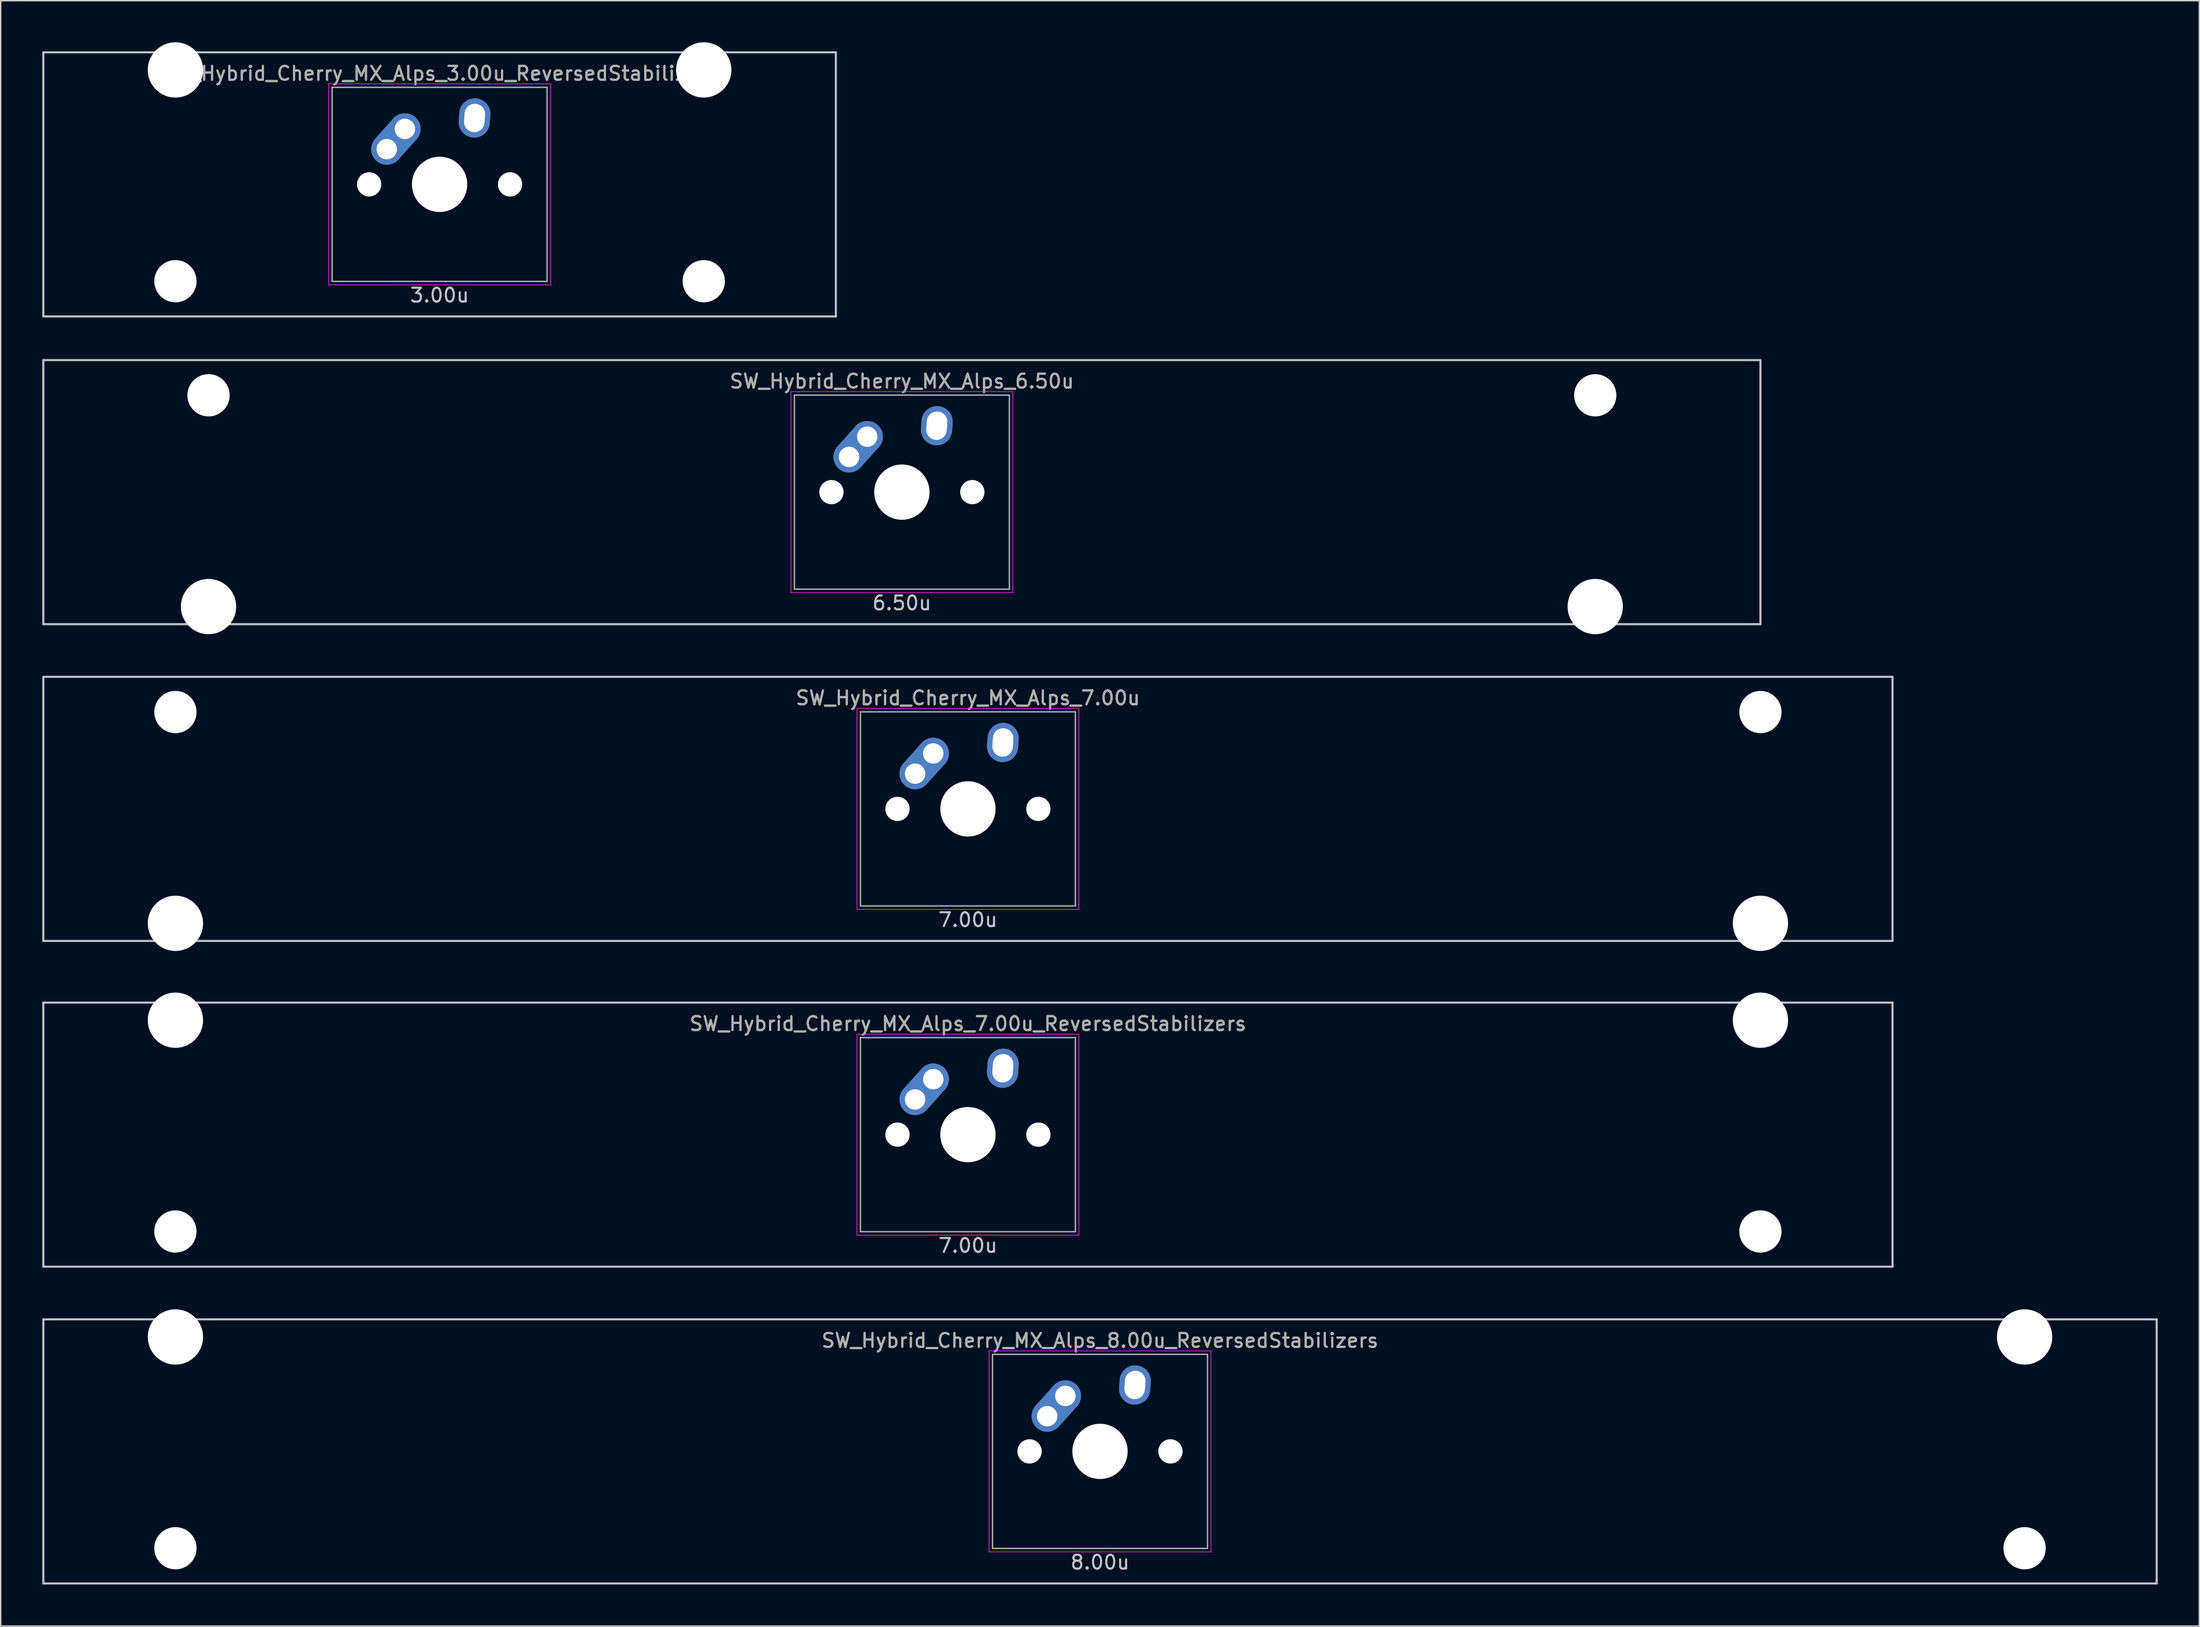
<source format=kicad_pcb>
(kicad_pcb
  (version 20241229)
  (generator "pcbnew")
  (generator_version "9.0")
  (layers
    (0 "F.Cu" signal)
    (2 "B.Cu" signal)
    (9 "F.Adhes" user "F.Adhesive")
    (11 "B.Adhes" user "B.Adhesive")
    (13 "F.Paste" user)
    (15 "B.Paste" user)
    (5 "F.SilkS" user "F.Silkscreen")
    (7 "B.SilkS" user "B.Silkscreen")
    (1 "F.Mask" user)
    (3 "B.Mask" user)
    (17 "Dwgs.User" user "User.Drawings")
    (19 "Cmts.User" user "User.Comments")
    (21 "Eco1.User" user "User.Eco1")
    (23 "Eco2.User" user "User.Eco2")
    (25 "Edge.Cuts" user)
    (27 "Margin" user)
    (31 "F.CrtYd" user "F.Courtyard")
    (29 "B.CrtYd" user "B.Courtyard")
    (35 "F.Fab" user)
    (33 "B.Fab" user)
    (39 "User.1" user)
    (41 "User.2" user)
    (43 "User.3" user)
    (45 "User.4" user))
  (footprint "SW_Hybrid_Cherry_MX_Alps_3.00u_ReversedStabilizers"
    (layer "F.Cu")
    (at 28.65 10.249)
    (property "Reference" "SW_Hybrid_Cherry_MX_Alps_3.00u_ReversedStabilizers" (at 0 -8 0) (layer "F.SilkS") (effects (font (size 1 1) (thickness 0.15))))
    (attr through_hole)
    (fp_line (start -28.575 -9.525) (end 28.575 -9.525) (stroke (width 0.15) (type solid)) (layer "Dwgs.User"))
    (fp_line (start -28.575 9.525) (end -28.575 -9.525) (stroke (width 0.15) (type solid)) (layer "Dwgs.User"))
    (fp_line (start -28.575 9.525) (end 28.575 9.525) (stroke (width 0.15) (type solid)) (layer "Dwgs.User"))
    (fp_line (start 28.575 -9.525) (end 28.575 9.525) (stroke (width 0.15) (type solid)) (layer "Dwgs.User"))
    (fp_line (start -8 -7.25) (end 8 -7.25) (stroke (width 0.05) (type solid)) (layer "F.CrtYd"))
    (fp_line (start -8 7.25) (end -8 -7.25) (stroke (width 0.05) (type solid)) (layer "F.CrtYd"))
    (fp_line (start 8 -7.25) (end 8 7.25) (stroke (width 0.05) (type solid)) (layer "F.CrtYd"))
    (fp_line (start 8 7.25) (end -8 7.25) (stroke (width 0.05) (type solid)) (layer "F.CrtYd"))
    (fp_line (start -7.75 -7) (end 7.75 -7) (stroke (width 0.1) (type solid)) (layer "F.Fab"))
    (fp_line (start -7.75 7) (end -7.75 -7) (stroke (width 0.1) (type solid)) (layer "F.Fab"))
    (fp_line (start 7.75 -7) (end 7.75 7) (stroke (width 0.1) (type solid)) (layer "F.Fab"))
    (fp_line (start 7.75 7) (end -7.75 7) (stroke (width 0.1) (type solid)) (layer "F.Fab"))
    (fp_text user "3.00u" (at 0 8 0) (layer "Dwgs.User") (effects (font (size 1 1) (thickness 0.15))))
    (fp_text user "${REFERENCE}" (at 0 -8 0) (layer "F.Fab") (effects (font (size 1 1) (thickness 0.15))))
    (pad "" np_thru_hole circle (at -19.05 -8.255) (size 3.988 3.988) (drill 3.988) (layers "*.Cu" "*.Mask"))
    (pad "" np_thru_hole circle (at -19.05 6.985) (size 3.048 3.048) (drill 3.048) (layers "*.Cu" "*.Mask"))
    (pad "" np_thru_hole circle (at -5.08 0 48.1) (size 1.75 1.75) (drill 1.75) (layers "*.Cu" "*.Mask"))
    (pad "" np_thru_hole circle (at 0 0) (size 3.988 3.988) (drill 3.988) (layers "*.Cu" "*.Mask"))
    (pad "" np_thru_hole circle (at 5.08 0 48.1) (size 1.75 1.75) (drill 1.75) (layers "*.Cu" "*.Mask"))
    (pad "" np_thru_hole circle (at 19.05 -8.255) (size 3.988 3.988) (drill 3.988) (layers "*.Cu" "*.Mask"))
    (pad "" np_thru_hole circle (at 19.05 6.985) (size 3.048 3.048) (drill 3.048) (layers "*.Cu" "*.Mask"))
    (pad "1" thru_hole oval (at -3.81 -2.54 48.1) (size 4.212 2.25) (drill 1.47 (offset 0.981 0)) (layers "*.Cu" "B.Mask"))
    (pad "1" thru_hole circle (at -2.5 -4) (size 2.25 2.25) (drill 1.47) (layers "*.Cu" "B.Mask"))
    (pad "2" thru_hole oval (at 2.52 -4.79 86) (size 2.831 2.25) (drill oval 2.051 1.48) (layers "*.Cu" "B.Mask")))
  (footprint "SW_Hybrid_Cherry_MX_Alps_7.00u_ReversedStabilizers"
    (layer "F.Cu")
    (at 66.75 78.796)
    (property "Reference" "SW_Hybrid_Cherry_MX_Alps_7.00u_ReversedStabilizers" (at 0 -8 0) (layer "F.SilkS") (effects (font (size 1 1) (thickness 0.15))))
    (attr through_hole)
    (fp_line (start -66.675 -9.525) (end 66.675 -9.525) (stroke (width 0.15) (type solid)) (layer "Dwgs.User"))
    (fp_line (start -66.675 9.525) (end -66.675 -9.525) (stroke (width 0.15) (type solid)) (layer "Dwgs.User"))
    (fp_line (start -66.675 9.525) (end 66.675 9.525) (stroke (width 0.15) (type solid)) (layer "Dwgs.User"))
    (fp_line (start 66.675 -9.525) (end 66.675 9.525) (stroke (width 0.15) (type solid)) (layer "Dwgs.User"))
    (fp_line (start -8 -7.25) (end 8 -7.25) (stroke (width 0.05) (type solid)) (layer "F.CrtYd"))
    (fp_line (start -8 7.25) (end -8 -7.25) (stroke (width 0.05) (type solid)) (layer "F.CrtYd"))
    (fp_line (start 8 -7.25) (end 8 7.25) (stroke (width 0.05) (type solid)) (layer "F.CrtYd"))
    (fp_line (start 8 7.25) (end -8 7.25) (stroke (width 0.05) (type solid)) (layer "F.CrtYd"))
    (fp_line (start -7.75 -7) (end 7.75 -7) (stroke (width 0.1) (type solid)) (layer "F.Fab"))
    (fp_line (start -7.75 7) (end -7.75 -7) (stroke (width 0.1) (type solid)) (layer "F.Fab"))
    (fp_line (start 7.75 -7) (end 7.75 7) (stroke (width 0.1) (type solid)) (layer "F.Fab"))
    (fp_line (start 7.75 7) (end -7.75 7) (stroke (width 0.1) (type solid)) (layer "F.Fab"))
    (fp_text user "7.00u" (at 0 8 0) (layer "Dwgs.User") (effects (font (size 1 1) (thickness 0.15))))
    (fp_text user "${REFERENCE}" (at 0 -8 0) (layer "F.Fab") (effects (font (size 1 1) (thickness 0.15))))
    (pad "" np_thru_hole circle (at -57.15 -8.255) (size 3.988 3.988) (drill 3.988) (layers "*.Cu" "*.Mask"))
    (pad "" np_thru_hole circle (at -57.15 6.985) (size 3.048 3.048) (drill 3.048) (layers "*.Cu" "*.Mask"))
    (pad "" np_thru_hole circle (at -5.08 0 48.1) (size 1.75 1.75) (drill 1.75) (layers "*.Cu" "*.Mask"))
    (pad "" np_thru_hole circle (at 0 0) (size 3.988 3.988) (drill 3.988) (layers "*.Cu" "*.Mask"))
    (pad "" np_thru_hole circle (at 5.08 0 48.1) (size 1.75 1.75) (drill 1.75) (layers "*.Cu" "*.Mask"))
    (pad "" np_thru_hole circle (at 57.15 -8.255) (size 3.988 3.988) (drill 3.988) (layers "*.Cu" "*.Mask"))
    (pad "" np_thru_hole circle (at 57.15 6.985) (size 3.048 3.048) (drill 3.048) (layers "*.Cu" "*.Mask"))
    (pad "1" thru_hole oval (at -3.81 -2.54 48.1) (size 4.212 2.25) (drill 1.47 (offset 0.981 0)) (layers "*.Cu" "B.Mask"))
    (pad "1" thru_hole circle (at -2.5 -4) (size 2.25 2.25) (drill 1.47) (layers "*.Cu" "B.Mask"))
    (pad "2" thru_hole oval (at 2.52 -4.79 86) (size 2.831 2.25) (drill oval 2.051 1.48) (layers "*.Cu" "B.Mask")))
  (footprint "SW_Hybrid_Cherry_MX_Alps_8.00u_ReversedStabilizers"
    (layer "F.Cu")
    (at 76.275 101.644)
    (property "Reference" "SW_Hybrid_Cherry_MX_Alps_8.00u_ReversedStabilizers" (at 0 -8 0) (layer "F.SilkS") (effects (font (size 1 1) (thickness 0.15))))
    (attr through_hole)
    (fp_line (start -76.2 -9.525) (end 76.2 -9.525) (stroke (width 0.15) (type solid)) (layer "Dwgs.User"))
    (fp_line (start -76.2 9.525) (end -76.2 -9.525) (stroke (width 0.15) (type solid)) (layer "Dwgs.User"))
    (fp_line (start -76.2 9.525) (end 76.2 9.525) (stroke (width 0.15) (type solid)) (layer "Dwgs.User"))
    (fp_line (start 76.2 -9.525) (end 76.2 9.525) (stroke (width 0.15) (type solid)) (layer "Dwgs.User"))
    (fp_line (start -8 -7.25) (end 8 -7.25) (stroke (width 0.05) (type solid)) (layer "F.CrtYd"))
    (fp_line (start -8 7.25) (end -8 -7.25) (stroke (width 0.05) (type solid)) (layer "F.CrtYd"))
    (fp_line (start 8 -7.25) (end 8 7.25) (stroke (width 0.05) (type solid)) (layer "F.CrtYd"))
    (fp_line (start 8 7.25) (end -8 7.25) (stroke (width 0.05) (type solid)) (layer "F.CrtYd"))
    (fp_line (start -7.75 -7) (end 7.75 -7) (stroke (width 0.1) (type solid)) (layer "F.Fab"))
    (fp_line (start -7.75 7) (end -7.75 -7) (stroke (width 0.1) (type solid)) (layer "F.Fab"))
    (fp_line (start 7.75 -7) (end 7.75 7) (stroke (width 0.1) (type solid)) (layer "F.Fab"))
    (fp_line (start 7.75 7) (end -7.75 7) (stroke (width 0.1) (type solid)) (layer "F.Fab"))
    (fp_text user "8.00u" (at 0 8 0) (layer "Dwgs.User") (effects (font (size 1 1) (thickness 0.15))))
    (fp_text user "${REFERENCE}" (at 0 -8 0) (layer "F.Fab") (effects (font (size 1 1) (thickness 0.15))))
    (pad "" np_thru_hole circle (at -66.675 -8.255) (size 3.988 3.988) (drill 3.988) (layers "*.Cu" "*.Mask"))
    (pad "" np_thru_hole circle (at -66.675 6.985) (size 3.048 3.048) (drill 3.048) (layers "*.Cu" "*.Mask"))
    (pad "" np_thru_hole circle (at -5.08 0 48.1) (size 1.75 1.75) (drill 1.75) (layers "*.Cu" "*.Mask"))
    (pad "" np_thru_hole circle (at 0 0) (size 3.988 3.988) (drill 3.988) (layers "*.Cu" "*.Mask"))
    (pad "" np_thru_hole circle (at 5.08 0 48.1) (size 1.75 1.75) (drill 1.75) (layers "*.Cu" "*.Mask"))
    (pad "" np_thru_hole circle (at 66.675 -8.255) (size 3.988 3.988) (drill 3.988) (layers "*.Cu" "*.Mask"))
    (pad "" np_thru_hole circle (at 66.675 6.985) (size 3.048 3.048) (drill 3.048) (layers "*.Cu" "*.Mask"))
    (pad "1" thru_hole oval (at -3.81 -2.54 48.1) (size 4.212 2.25) (drill 1.47 (offset 0.981 0)) (layers "*.Cu" "B.Mask"))
    (pad "1" thru_hole circle (at -2.5 -4) (size 2.25 2.25) (drill 1.47) (layers "*.Cu" "B.Mask"))
    (pad "2" thru_hole oval (at 2.52 -4.79 86) (size 2.831 2.25) (drill oval 2.051 1.48) (layers "*.Cu" "B.Mask")))
  (footprint "SW_Hybrid_Cherry_MX_Alps_6.50u"
    (layer "F.Cu")
    (at 61.987 32.449)
    (property "Reference" "SW_Hybrid_Cherry_MX_Alps_6.50u" (at 0 -8 0) (layer "F.SilkS") (effects (font (size 1 1) (thickness 0.15))))
    (attr through_hole)
    (fp_line (start -61.913 -9.525) (end 61.913 -9.525) (stroke (width 0.15) (type solid)) (layer "Dwgs.User"))
    (fp_line (start -61.913 9.525) (end -61.913 -9.525) (stroke (width 0.15) (type solid)) (layer "Dwgs.User"))
    (fp_line (start -61.913 9.525) (end 61.913 9.525) (stroke (width 0.15) (type solid)) (layer "Dwgs.User"))
    (fp_line (start 61.913 -9.525) (end 61.913 9.525) (stroke (width 0.15) (type solid)) (layer "Dwgs.User"))
    (fp_line (start -8 -7.25) (end 8 -7.25) (stroke (width 0.05) (type solid)) (layer "F.CrtYd"))
    (fp_line (start -8 7.25) (end -8 -7.25) (stroke (width 0.05) (type solid)) (layer "F.CrtYd"))
    (fp_line (start 8 -7.25) (end 8 7.25) (stroke (width 0.05) (type solid)) (layer "F.CrtYd"))
    (fp_line (start 8 7.25) (end -8 7.25) (stroke (width 0.05) (type solid)) (layer "F.CrtYd"))
    (fp_line (start -7.75 -7) (end 7.75 -7) (stroke (width 0.1) (type solid)) (layer "F.Fab"))
    (fp_line (start -7.75 7) (end -7.75 -7) (stroke (width 0.1) (type solid)) (layer "F.Fab"))
    (fp_line (start 7.75 -7) (end 7.75 7) (stroke (width 0.1) (type solid)) (layer "F.Fab"))
    (fp_line (start 7.75 7) (end -7.75 7) (stroke (width 0.1) (type solid)) (layer "F.Fab"))
    (fp_text user "6.50u" (at 0 8 0) (layer "Dwgs.User") (effects (font (size 1 1) (thickness 0.15))))
    (fp_text user "${REFERENCE}" (at 0 -8 0) (layer "F.Fab") (effects (font (size 1 1) (thickness 0.15))))
    (pad "" np_thru_hole circle (at -50 -6.985) (size 3.048 3.048) (drill 3.048) (layers "*.Cu" "*.Mask"))
    (pad "" np_thru_hole circle (at -50 8.255) (size 3.988 3.988) (drill 3.988) (layers "*.Cu" "*.Mask"))
    (pad "" np_thru_hole circle (at -5.08 0 48.1) (size 1.75 1.75) (drill 1.75) (layers "*.Cu" "*.Mask"))
    (pad "" np_thru_hole circle (at 0 0) (size 3.988 3.988) (drill 3.988) (layers "*.Cu" "*.Mask"))
    (pad "" np_thru_hole circle (at 5.08 0 48.1) (size 1.75 1.75) (drill 1.75) (layers "*.Cu" "*.Mask"))
    (pad "" np_thru_hole circle (at 50 -6.985) (size 3.048 3.048) (drill 3.048) (layers "*.Cu" "*.Mask"))
    (pad "" np_thru_hole circle (at 50 8.255) (size 3.988 3.988) (drill 3.988) (layers "*.Cu" "*.Mask"))
    (pad "1" thru_hole oval (at -3.81 -2.54 48.1) (size 4.212 2.25) (drill 1.47 (offset 0.981 0)) (layers "*.Cu" "B.Mask"))
    (pad "1" thru_hole circle (at -2.5 -4) (size 2.25 2.25) (drill 1.47) (layers "*.Cu" "B.Mask"))
    (pad "2" thru_hole oval (at 2.52 -4.79 86) (size 2.831 2.25) (drill oval 2.051 1.48) (layers "*.Cu" "B.Mask")))
  (footprint "SW_Hybrid_Cherry_MX_Alps_7.00u"
    (layer "F.Cu")
    (at 66.75 55.298)
    (property "Reference" "SW_Hybrid_Cherry_MX_Alps_7.00u" (at 0 -8 0) (layer "F.SilkS") (effects (font (size 1 1) (thickness 0.15))))
    (attr through_hole)
    (fp_line (start -66.675 -9.525) (end 66.675 -9.525) (stroke (width 0.15) (type solid)) (layer "Dwgs.User"))
    (fp_line (start -66.675 9.525) (end -66.675 -9.525) (stroke (width 0.15) (type solid)) (layer "Dwgs.User"))
    (fp_line (start -66.675 9.525) (end 66.675 9.525) (stroke (width 0.15) (type solid)) (layer "Dwgs.User"))
    (fp_line (start 66.675 -9.525) (end 66.675 9.525) (stroke (width 0.15) (type solid)) (layer "Dwgs.User"))
    (fp_line (start -8 -7.25) (end 8 -7.25) (stroke (width 0.05) (type solid)) (layer "F.CrtYd"))
    (fp_line (start -8 7.25) (end -8 -7.25) (stroke (width 0.05) (type solid)) (layer "F.CrtYd"))
    (fp_line (start 8 -7.25) (end 8 7.25) (stroke (width 0.05) (type solid)) (layer "F.CrtYd"))
    (fp_line (start 8 7.25) (end -8 7.25) (stroke (width 0.05) (type solid)) (layer "F.CrtYd"))
    (fp_line (start -7.75 -7) (end 7.75 -7) (stroke (width 0.1) (type solid)) (layer "F.Fab"))
    (fp_line (start -7.75 7) (end -7.75 -7) (stroke (width 0.1) (type solid)) (layer "F.Fab"))
    (fp_line (start 7.75 -7) (end 7.75 7) (stroke (width 0.1) (type solid)) (layer "F.Fab"))
    (fp_line (start 7.75 7) (end -7.75 7) (stroke (width 0.1) (type solid)) (layer "F.Fab"))
    (fp_text user "7.00u" (at 0 8 0) (layer "Dwgs.User") (effects (font (size 1 1) (thickness 0.15))))
    (fp_text user "${REFERENCE}" (at 0 -8 0) (layer "F.Fab") (effects (font (size 1 1) (thickness 0.15))))
    (pad "" np_thru_hole circle (at -57.15 -6.985) (size 3.048 3.048) (drill 3.048) (layers "*.Cu" "*.Mask"))
    (pad "" np_thru_hole circle (at -57.15 8.255) (size 3.988 3.988) (drill 3.988) (layers "*.Cu" "*.Mask"))
    (pad "" np_thru_hole circle (at -5.08 0 48.1) (size 1.75 1.75) (drill 1.75) (layers "*.Cu" "*.Mask"))
    (pad "" np_thru_hole circle (at 0 0) (size 3.988 3.988) (drill 3.988) (layers "*.Cu" "*.Mask"))
    (pad "" np_thru_hole circle (at 5.08 0 48.1) (size 1.75 1.75) (drill 1.75) (layers "*.Cu" "*.Mask"))
    (pad "" np_thru_hole circle (at 57.15 -6.985) (size 3.048 3.048) (drill 3.048) (layers "*.Cu" "*.Mask"))
    (pad "" np_thru_hole circle (at 57.15 8.255) (size 3.988 3.988) (drill 3.988) (layers "*.Cu" "*.Mask"))
    (pad "1" thru_hole oval (at -3.81 -2.54 48.1) (size 4.212 2.25) (drill 1.47 (offset 0.981 0)) (layers "*.Cu" "B.Mask"))
    (pad "1" thru_hole circle (at -2.5 -4) (size 2.25 2.25) (drill 1.47) (layers "*.Cu" "B.Mask"))
    (pad "2" thru_hole oval (at 2.52 -4.79 86) (size 2.831 2.25) (drill oval 2.051 1.48) (layers "*.Cu" "B.Mask")))
  (gr_rect
    (start -3 -3)
    (end 155.55 114.245)
    (stroke (width 0.1) (type default))
    (fill no)
    (layer "Edge.Cuts")))
</source>
